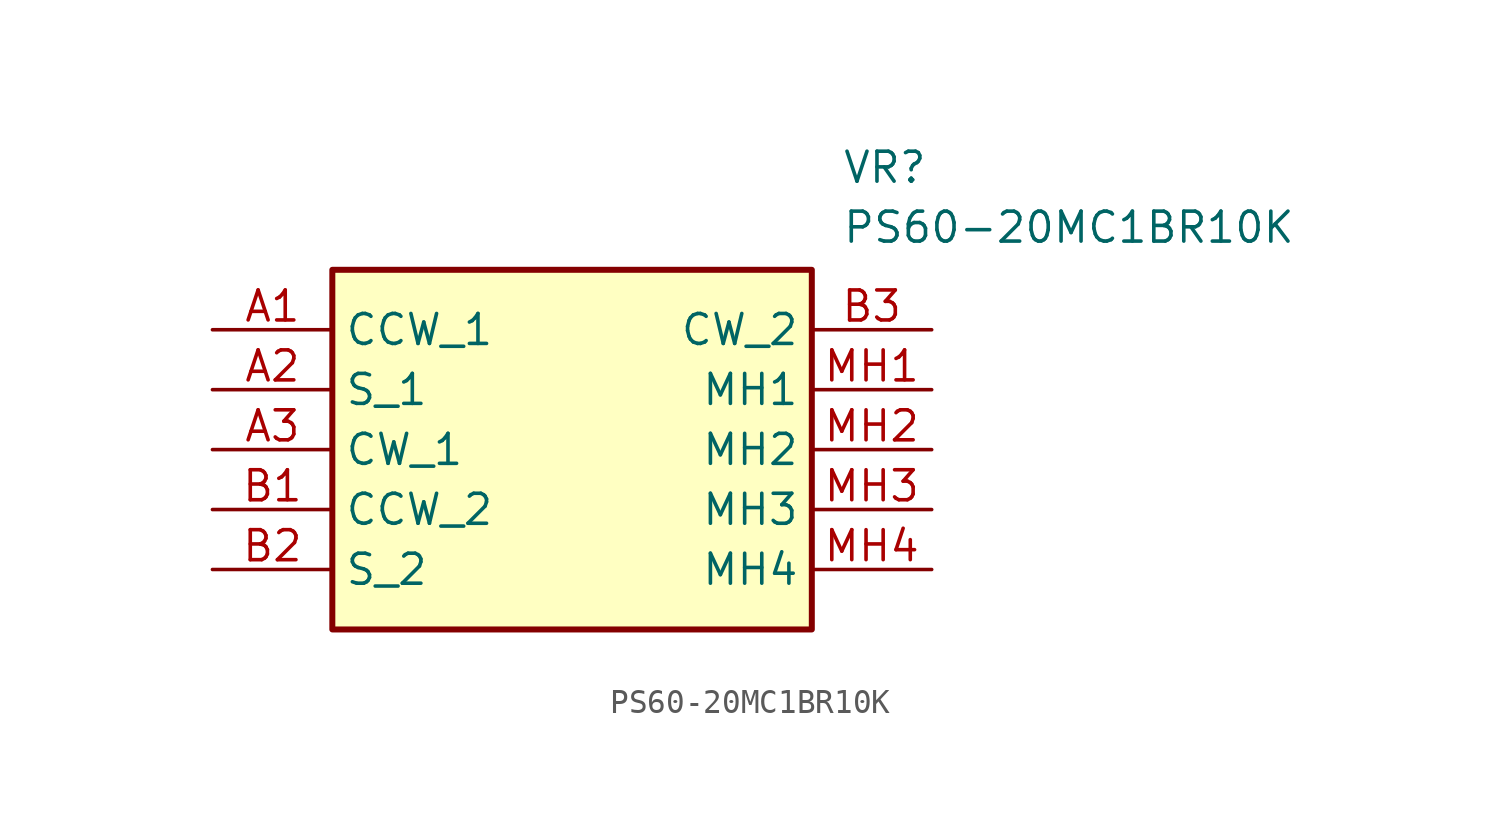
<source format=kicad_sym>
(kicad_symbol_lib
  (version 20211014)
  (generator SamacSys_ECAD_Model)
  (symbol "PS60-20MC1BR10K"
    (property "Reference" "VR"
      (at 26.67 7.62 0)
      (effects (font (size 1.27 1.27)) (justify left top)))
    (property "Value" "PS60-20MC1BR10K"
      (at 26.67 5.08 0)
      (effects (font (size 1.27 1.27)) (justify left top)))
    (rectangle
      (start 5.08 2.54)
      (end 25.4 -12.7)
      (stroke (width 0.254) (type default))
      (fill (type background)))
    (pin passive line
      (at 0 0 0)
      (length 5.08)
      (name "CCW_1" (effects (font (size 1.27 1.27))))
      (number "A1" (effects (font (size 1.27 1.27)))))
    (pin passive line
      (at 0 -2.54 0)
      (length 5.08)
      (name "S_1" (effects (font (size 1.27 1.27))))
      (number "A2" (effects (font (size 1.27 1.27)))))
    (pin passive line
      (at 0 -5.08 0)
      (length 5.08)
      (name "CW_1" (effects (font (size 1.27 1.27))))
      (number "A3" (effects (font (size 1.27 1.27)))))
    (pin passive line
      (at 0 -7.62 0)
      (length 5.08)
      (name "CCW_2" (effects (font (size 1.27 1.27))))
      (number "B1" (effects (font (size 1.27 1.27)))))
    (pin passive line
      (at 0 -10.16 0)
      (length 5.08)
      (name "S_2" (effects (font (size 1.27 1.27))))
      (number "B2" (effects (font (size 1.27 1.27)))))
    (pin passive line
      (at 30.48 0 180)
      (length 5.08)
      (name "CW_2" (effects (font (size 1.27 1.27))))
      (number "B3" (effects (font (size 1.27 1.27)))))
    (pin passive line
      (at 30.48 -2.54 180)
      (length 5.08)
      (name "MH1" (effects (font (size 1.27 1.27))))
      (number "MH1" (effects (font (size 1.27 1.27)))))
    (pin passive line
      (at 30.48 -5.08 180)
      (length 5.08)
      (name "MH2" (effects (font (size 1.27 1.27))))
      (number "MH2" (effects (font (size 1.27 1.27)))))
    (pin passive line
      (at 30.48 -7.62 180)
      (length 5.08)
      (name "MH3" (effects (font (size 1.27 1.27))))
      (number "MH3" (effects (font (size 1.27 1.27)))))
    (pin passive line
      (at 30.48 -10.16 180)
      (length 5.08)
      (name "MH4" (effects (font (size 1.27 1.27))))
      (number "MH4" (effects (font (size 1.27 1.27)))))))
</source>
